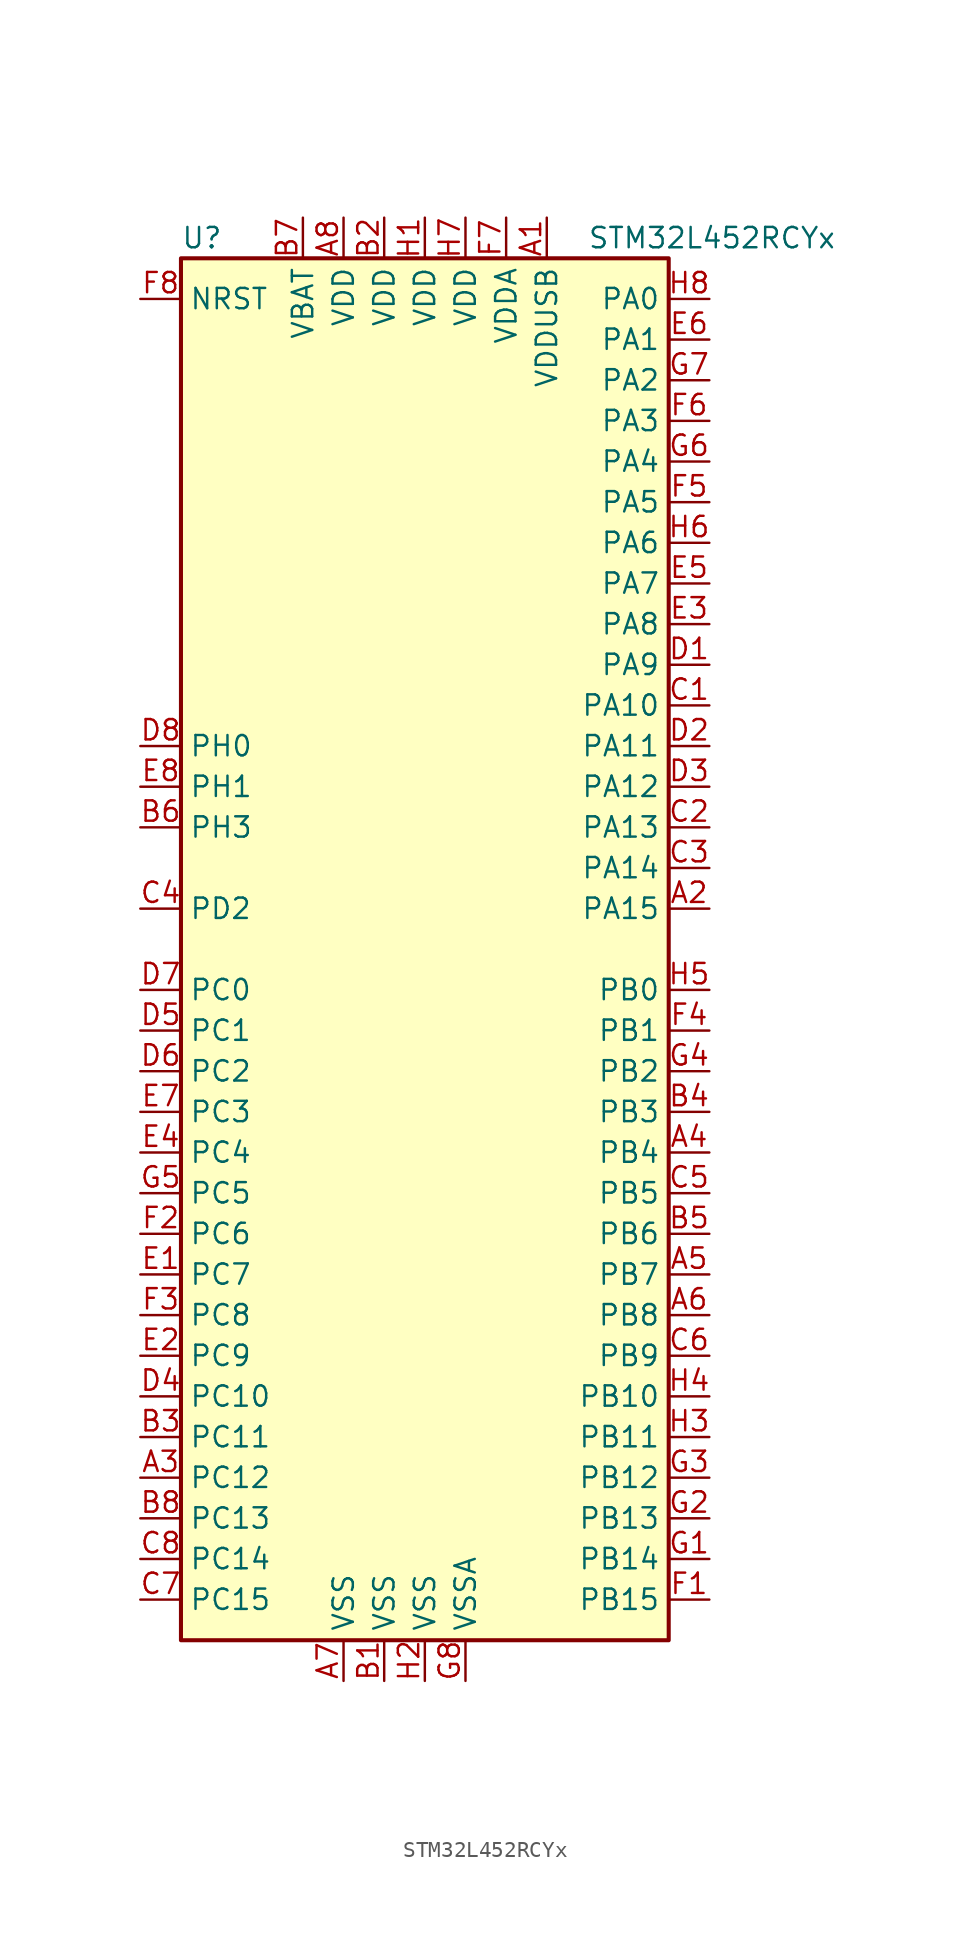
<source format=kicad_sym>
(kicad_symbol_lib
  (version 20211014)
  (generator kicad_symbol_editor)
  (symbol "STM32L452RCYx"
    (property "Reference" "U"
      (at -15.24 44.45 0)
      (effects (font (size 1.27 1.27)) (justify left)))
    (property "Value" "STM32L452RCYx"
      (at 10.16 44.45 0)
      (effects (font (size 1.27 1.27)) (justify left)))
    (symbol "STM32L452RCYx_0_1"
      (rectangle (start -15.24 -43.18) (end 15.24 43.18) (stroke (width 0.254) (type default) (color 0 0 0 0)) (fill (type background))))
    (symbol "STM32L452RCYx_1_1"
      (pin power_in line (at 7.62 45.72 270) (length 2.54) (name "VDDUSB" (effects (font (size 1.27 1.27)))) (number "A1" (effects (font (size 1.27 1.27)))))
      (pin bidirectional line (at 17.78 2.54 180) (length 2.54) (name "PA15" (effects (font (size 1.27 1.27)))) (number "A2" (effects (font (size 1.27 1.27)))))
      (pin bidirectional line (at -17.78 -33.02 0) (length 2.54) (name "PC12" (effects (font (size 1.27 1.27)))) (number "A3" (effects (font (size 1.27 1.27)))))
      (pin bidirectional line (at 17.78 -12.7 180) (length 2.54) (name "PB4" (effects (font (size 1.27 1.27)))) (number "A4" (effects (font (size 1.27 1.27)))))
      (pin bidirectional line (at 17.78 -20.32 180) (length 2.54) (name "PB7" (effects (font (size 1.27 1.27)))) (number "A5" (effects (font (size 1.27 1.27)))))
      (pin bidirectional line (at 17.78 -22.86 180) (length 2.54) (name "PB8" (effects (font (size 1.27 1.27)))) (number "A6" (effects (font (size 1.27 1.27)))))
      (pin power_in line (at -5.08 -45.72 90) (length 2.54) (name "VSS" (effects (font (size 1.27 1.27)))) (number "A7" (effects (font (size 1.27 1.27)))))
      (pin power_in line (at -5.08 45.72 270) (length 2.54) (name "VDD" (effects (font (size 1.27 1.27)))) (number "A8" (effects (font (size 1.27 1.27)))))
      (pin power_in line (at -2.54 -45.72 90) (length 2.54) (name "VSS" (effects (font (size 1.27 1.27)))) (number "B1" (effects (font (size 1.27 1.27)))))
      (pin power_in line (at -2.54 45.72 270) (length 2.54) (name "VDD" (effects (font (size 1.27 1.27)))) (number "B2" (effects (font (size 1.27 1.27)))))
      (pin bidirectional line (at -17.78 -30.48 0) (length 2.54) (name "PC11" (effects (font (size 1.27 1.27)))) (number "B3" (effects (font (size 1.27 1.27)))))
      (pin bidirectional line (at 17.78 -10.16 180) (length 2.54) (name "PB3" (effects (font (size 1.27 1.27)))) (number "B4" (effects (font (size 1.27 1.27)))))
      (pin bidirectional line (at 17.78 -17.78 180) (length 2.54) (name "PB6" (effects (font (size 1.27 1.27)))) (number "B5" (effects (font (size 1.27 1.27)))))
      (pin bidirectional line (at -17.78 7.62 0) (length 2.54) (name "PH3" (effects (font (size 1.27 1.27)))) (number "B6" (effects (font (size 1.27 1.27)))))
      (pin power_in line (at -7.62 45.72 270) (length 2.54) (name "VBAT" (effects (font (size 1.27 1.27)))) (number "B7" (effects (font (size 1.27 1.27)))))
      (pin bidirectional line (at -17.78 -35.56 0) (length 2.54) (name "PC13" (effects (font (size 1.27 1.27)))) (number "B8" (effects (font (size 1.27 1.27)))))
      (pin bidirectional line (at 17.78 15.24 180) (length 2.54) (name "PA10" (effects (font (size 1.27 1.27)))) (number "C1" (effects (font (size 1.27 1.27)))))
      (pin bidirectional line (at 17.78 7.62 180) (length 2.54) (name "PA13" (effects (font (size 1.27 1.27)))) (number "C2" (effects (font (size 1.27 1.27)))))
      (pin bidirectional line (at 17.78 5.08 180) (length 2.54) (name "PA14" (effects (font (size 1.27 1.27)))) (number "C3" (effects (font (size 1.27 1.27)))))
      (pin bidirectional line (at -17.78 2.54 0) (length 2.54) (name "PD2" (effects (font (size 1.27 1.27)))) (number "C4" (effects (font (size 1.27 1.27)))))
      (pin bidirectional line (at 17.78 -15.24 180) (length 2.54) (name "PB5" (effects (font (size 1.27 1.27)))) (number "C5" (effects (font (size 1.27 1.27)))))
      (pin bidirectional line (at 17.78 -25.4 180) (length 2.54) (name "PB9" (effects (font (size 1.27 1.27)))) (number "C6" (effects (font (size 1.27 1.27)))))
      (pin bidirectional line (at -17.78 -40.64 0) (length 2.54) (name "PC15" (effects (font (size 1.27 1.27)))) (number "C7" (effects (font (size 1.27 1.27)))))
      (pin bidirectional line (at -17.78 -38.1 0) (length 2.54) (name "PC14" (effects (font (size 1.27 1.27)))) (number "C8" (effects (font (size 1.27 1.27)))))
      (pin bidirectional line (at 17.78 17.78 180) (length 2.54) (name "PA9" (effects (font (size 1.27 1.27)))) (number "D1" (effects (font (size 1.27 1.27)))))
      (pin bidirectional line (at 17.78 12.7 180) (length 2.54) (name "PA11" (effects (font (size 1.27 1.27)))) (number "D2" (effects (font (size 1.27 1.27)))))
      (pin bidirectional line (at 17.78 10.16 180) (length 2.54) (name "PA12" (effects (font (size 1.27 1.27)))) (number "D3" (effects (font (size 1.27 1.27)))))
      (pin bidirectional line (at -17.78 -27.94 0) (length 2.54) (name "PC10" (effects (font (size 1.27 1.27)))) (number "D4" (effects (font (size 1.27 1.27)))))
      (pin bidirectional line (at -17.78 -5.08 0) (length 2.54) (name "PC1" (effects (font (size 1.27 1.27)))) (number "D5" (effects (font (size 1.27 1.27)))))
      (pin bidirectional line (at -17.78 -7.62 0) (length 2.54) (name "PC2" (effects (font (size 1.27 1.27)))) (number "D6" (effects (font (size 1.27 1.27)))))
      (pin bidirectional line (at -17.78 -2.54 0) (length 2.54) (name "PC0" (effects (font (size 1.27 1.27)))) (number "D7" (effects (font (size 1.27 1.27)))))
      (pin input line (at -17.78 12.7 0) (length 2.54) (name "PH0" (effects (font (size 1.27 1.27)))) (number "D8" (effects (font (size 1.27 1.27)))))
      (pin bidirectional line (at -17.78 -20.32 0) (length 2.54) (name "PC7" (effects (font (size 1.27 1.27)))) (number "E1" (effects (font (size 1.27 1.27)))))
      (pin bidirectional line (at -17.78 -25.4 0) (length 2.54) (name "PC9" (effects (font (size 1.27 1.27)))) (number "E2" (effects (font (size 1.27 1.27)))))
      (pin bidirectional line (at 17.78 20.32 180) (length 2.54) (name "PA8" (effects (font (size 1.27 1.27)))) (number "E3" (effects (font (size 1.27 1.27)))))
      (pin bidirectional line (at -17.78 -12.7 0) (length 2.54) (name "PC4" (effects (font (size 1.27 1.27)))) (number "E4" (effects (font (size 1.27 1.27)))))
      (pin bidirectional line (at 17.78 22.86 180) (length 2.54) (name "PA7" (effects (font (size 1.27 1.27)))) (number "E5" (effects (font (size 1.27 1.27)))))
      (pin bidirectional line (at 17.78 38.1 180) (length 2.54) (name "PA1" (effects (font (size 1.27 1.27)))) (number "E6" (effects (font (size 1.27 1.27)))))
      (pin bidirectional line (at -17.78 -10.16 0) (length 2.54) (name "PC3" (effects (font (size 1.27 1.27)))) (number "E7" (effects (font (size 1.27 1.27)))))
      (pin input line (at -17.78 10.16 0) (length 2.54) (name "PH1" (effects (font (size 1.27 1.27)))) (number "E8" (effects (font (size 1.27 1.27)))))
      (pin bidirectional line (at 17.78 -40.64 180) (length 2.54) (name "PB15" (effects (font (size 1.27 1.27)))) (number "F1" (effects (font (size 1.27 1.27)))))
      (pin bidirectional line (at -17.78 -17.78 0) (length 2.54) (name "PC6" (effects (font (size 1.27 1.27)))) (number "F2" (effects (font (size 1.27 1.27)))))
      (pin bidirectional line (at -17.78 -22.86 0) (length 2.54) (name "PC8" (effects (font (size 1.27 1.27)))) (number "F3" (effects (font (size 1.27 1.27)))))
      (pin bidirectional line (at 17.78 -5.08 180) (length 2.54) (name "PB1" (effects (font (size 1.27 1.27)))) (number "F4" (effects (font (size 1.27 1.27)))))
      (pin bidirectional line (at 17.78 27.94 180) (length 2.54) (name "PA5" (effects (font (size 1.27 1.27)))) (number "F5" (effects (font (size 1.27 1.27)))))
      (pin bidirectional line (at 17.78 33.02 180) (length 2.54) (name "PA3" (effects (font (size 1.27 1.27)))) (number "F6" (effects (font (size 1.27 1.27)))))
      (pin power_in line (at 5.08 45.72 270) (length 2.54) (name "VDDA" (effects (font (size 1.27 1.27)))) (number "F7" (effects (font (size 1.27 1.27)))))
      (pin input line (at -17.78 40.64 0) (length 2.54) (name "NRST" (effects (font (size 1.27 1.27)))) (number "F8" (effects (font (size 1.27 1.27)))))
      (pin bidirectional line (at 17.78 -38.1 180) (length 2.54) (name "PB14" (effects (font (size 1.27 1.27)))) (number "G1" (effects (font (size 1.27 1.27)))))
      (pin bidirectional line (at 17.78 -35.56 180) (length 2.54) (name "PB13" (effects (font (size 1.27 1.27)))) (number "G2" (effects (font (size 1.27 1.27)))))
      (pin bidirectional line (at 17.78 -33.02 180) (length 2.54) (name "PB12" (effects (font (size 1.27 1.27)))) (number "G3" (effects (font (size 1.27 1.27)))))
      (pin bidirectional line (at 17.78 -7.62 180) (length 2.54) (name "PB2" (effects (font (size 1.27 1.27)))) (number "G4" (effects (font (size 1.27 1.27)))))
      (pin bidirectional line (at -17.78 -15.24 0) (length 2.54) (name "PC5" (effects (font (size 1.27 1.27)))) (number "G5" (effects (font (size 1.27 1.27)))))
      (pin bidirectional line (at 17.78 30.48 180) (length 2.54) (name "PA4" (effects (font (size 1.27 1.27)))) (number "G6" (effects (font (size 1.27 1.27)))))
      (pin bidirectional line (at 17.78 35.56 180) (length 2.54) (name "PA2" (effects (font (size 1.27 1.27)))) (number "G7" (effects (font (size 1.27 1.27)))))
      (pin power_in line (at 2.54 -45.72 90) (length 2.54) (name "VSSA" (effects (font (size 1.27 1.27)))) (number "G8" (effects (font (size 1.27 1.27)))))
      (pin power_in line (at 0 45.72 270) (length 2.54) (name "VDD" (effects (font (size 1.27 1.27)))) (number "H1" (effects (font (size 1.27 1.27)))))
      (pin power_in line (at 0 -45.72 90) (length 2.54) (name "VSS" (effects (font (size 1.27 1.27)))) (number "H2" (effects (font (size 1.27 1.27)))))
      (pin bidirectional line (at 17.78 -30.48 180) (length 2.54) (name "PB11" (effects (font (size 1.27 1.27)))) (number "H3" (effects (font (size 1.27 1.27)))))
      (pin bidirectional line (at 17.78 -27.94 180) (length 2.54) (name "PB10" (effects (font (size 1.27 1.27)))) (number "H4" (effects (font (size 1.27 1.27)))))
      (pin bidirectional line (at 17.78 -2.54 180) (length 2.54) (name "PB0" (effects (font (size 1.27 1.27)))) (number "H5" (effects (font (size 1.27 1.27)))))
      (pin bidirectional line (at 17.78 25.4 180) (length 2.54) (name "PA6" (effects (font (size 1.27 1.27)))) (number "H6" (effects (font (size 1.27 1.27)))))
      (pin power_in line (at 2.54 45.72 270) (length 2.54) (name "VDD" (effects (font (size 1.27 1.27)))) (number "H7" (effects (font (size 1.27 1.27)))))
      (pin bidirectional line (at 17.78 40.64 180) (length 2.54) (name "PA0" (effects (font (size 1.27 1.27)))) (number "H8" (effects (font (size 1.27 1.27))))))))
</source>
